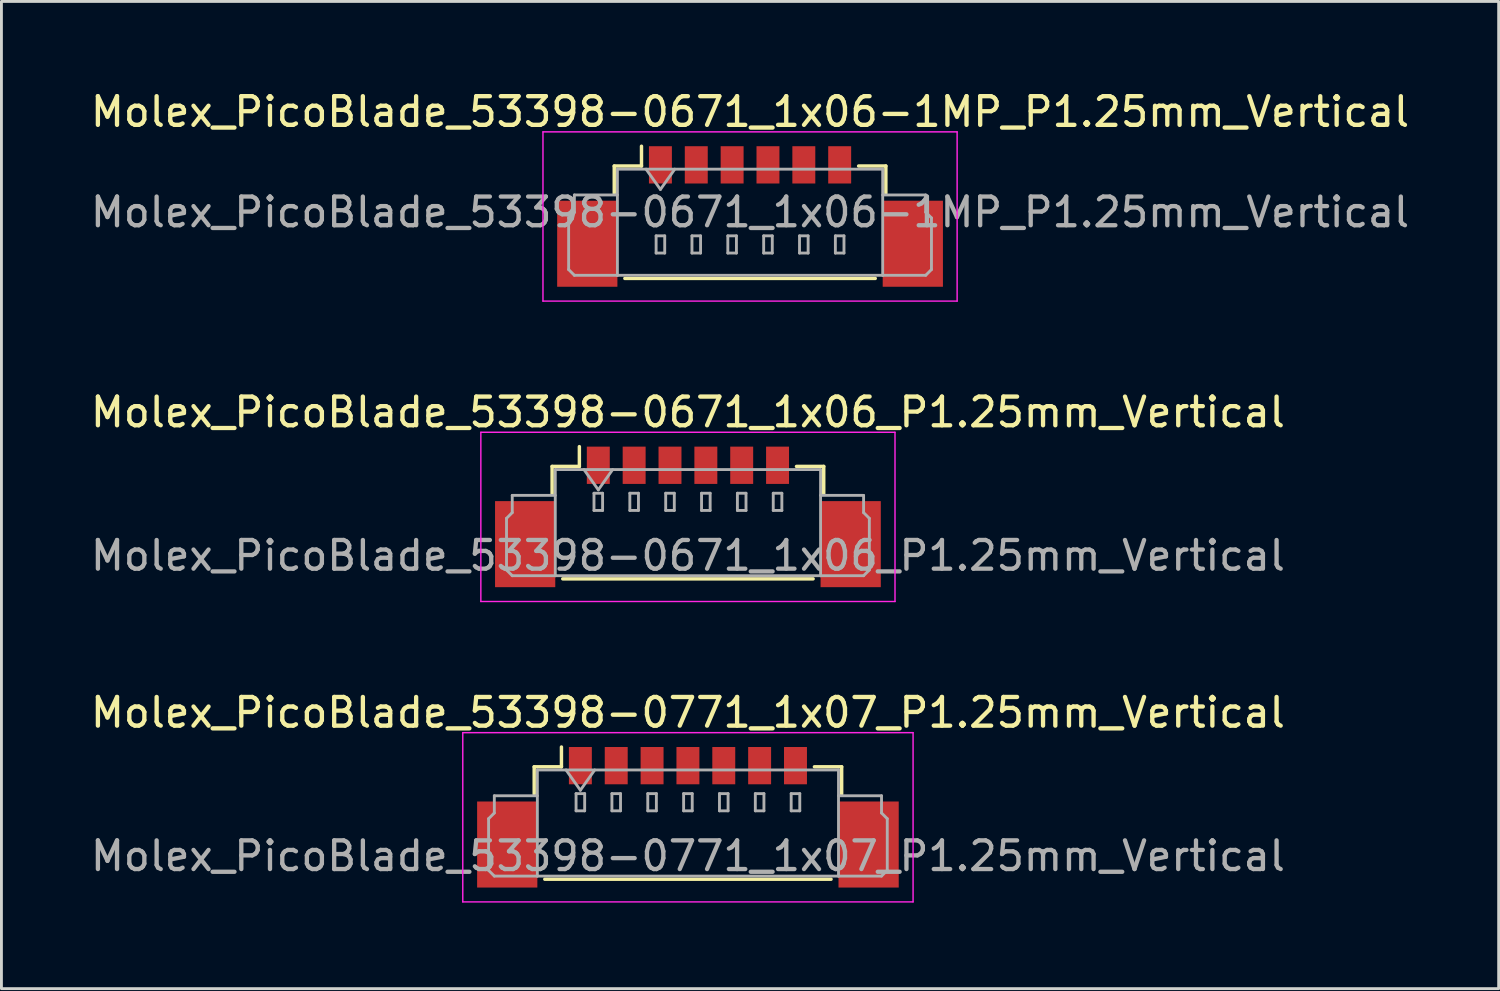
<source format=kicad_pcb>
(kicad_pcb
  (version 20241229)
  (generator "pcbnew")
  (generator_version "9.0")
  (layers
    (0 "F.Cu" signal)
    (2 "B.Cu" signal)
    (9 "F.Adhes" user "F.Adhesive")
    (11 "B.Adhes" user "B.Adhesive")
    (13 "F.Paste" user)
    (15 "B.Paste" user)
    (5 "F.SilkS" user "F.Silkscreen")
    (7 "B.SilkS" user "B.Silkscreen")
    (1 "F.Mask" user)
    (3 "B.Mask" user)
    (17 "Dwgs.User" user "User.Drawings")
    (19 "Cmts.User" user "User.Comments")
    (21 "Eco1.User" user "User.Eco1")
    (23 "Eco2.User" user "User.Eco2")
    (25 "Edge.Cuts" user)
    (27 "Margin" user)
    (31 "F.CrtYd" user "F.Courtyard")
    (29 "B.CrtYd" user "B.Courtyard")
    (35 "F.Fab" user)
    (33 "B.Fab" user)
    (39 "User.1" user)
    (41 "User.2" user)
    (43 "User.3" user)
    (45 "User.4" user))
  (footprint "Molex_PicoBlade_53398-0671_1x06_P1.25mm_Vertical"
    (layer "F.Cu")
    (at 20.935 14.972)
    (property "Reference" "Molex_PicoBlade_53398-0671_1x06_P1.25mm_Vertical" (at 0 -3.65 0) (layer "F.SilkS") (effects (font (size 1 1) (thickness 0.15))))
    (attr smd)
    (fp_line (start -4.735 -1.76) (end -3.785 -1.76) (stroke (width 0.12) (type solid)) (layer "F.SilkS"))
    (fp_line (start -4.735 -0.81) (end -4.735 -1.76) (stroke (width 0.12) (type solid)) (layer "F.SilkS"))
    (fp_line (start -4.365 2.16) (end 4.365 2.16) (stroke (width 0.12) (type solid)) (layer "F.SilkS"))
    (fp_line (start -3.785 -1.76) (end -3.785 -2.45) (stroke (width 0.12) (type solid)) (layer "F.SilkS"))
    (fp_line (start 4.735 -1.76) (end 3.785 -1.76) (stroke (width 0.12) (type solid)) (layer "F.SilkS"))
    (fp_line (start 4.735 -0.81) (end 4.735 -1.76) (stroke (width 0.12) (type solid)) (layer "F.SilkS"))
    (fp_line (start -7.22 -2.95) (end -7.22 2.95) (stroke (width 0.05) (type solid)) (layer "F.CrtYd"))
    (fp_line (start -7.22 2.95) (end 7.22 2.95) (stroke (width 0.05) (type solid)) (layer "F.CrtYd"))
    (fp_line (start 7.22 -2.95) (end -7.22 -2.95) (stroke (width 0.05) (type solid)) (layer "F.CrtYd"))
    (fp_line (start 7.22 2.95) (end 7.22 -2.95) (stroke (width 0.05) (type solid)) (layer "F.CrtYd"))
    (fp_line (start -6.325 0.05) (end -6.125 -0.15) (stroke (width 0.1) (type solid)) (layer "F.Fab"))
    (fp_line (start -6.325 1.85) (end -6.325 0.05) (stroke (width 0.1) (type solid)) (layer "F.Fab"))
    (fp_line (start -6.125 -0.75) (end -4.625 -0.75) (stroke (width 0.1) (type solid)) (layer "F.Fab"))
    (fp_line (start -6.125 -0.15) (end -6.125 -0.75) (stroke (width 0.1) (type solid)) (layer "F.Fab"))
    (fp_line (start -6.125 2.05) (end -6.325 1.85) (stroke (width 0.1) (type solid)) (layer "F.Fab"))
    (fp_line (start -4.625 -1.65) (end -4.625 2.05) (stroke (width 0.1) (type solid)) (layer "F.Fab"))
    (fp_line (start -4.625 -1.65) (end 4.625 -1.65) (stroke (width 0.1) (type solid)) (layer "F.Fab"))
    (fp_line (start -4.625 2.05) (end -6.125 2.05) (stroke (width 0.1) (type solid)) (layer "F.Fab"))
    (fp_line (start -4.625 2.05) (end 4.625 2.05) (stroke (width 0.1) (type solid)) (layer "F.Fab"))
    (fp_line (start -3.625 -1.65) (end -3.125 -0.943) (stroke (width 0.1) (type solid)) (layer "F.Fab"))
    (fp_line (start -3.275 -0.825) (end -3.275 -0.225) (stroke (width 0.1) (type solid)) (layer "F.Fab"))
    (fp_line (start -3.275 -0.225) (end -2.975 -0.225) (stroke (width 0.1) (type solid)) (layer "F.Fab"))
    (fp_line (start -3.125 -0.943) (end -2.625 -1.65) (stroke (width 0.1) (type solid)) (layer "F.Fab"))
    (fp_line (start -2.975 -0.825) (end -3.275 -0.825) (stroke (width 0.1) (type solid)) (layer "F.Fab"))
    (fp_line (start -2.975 -0.225) (end -2.975 -0.825) (stroke (width 0.1) (type solid)) (layer "F.Fab"))
    (fp_line (start -2.025 -0.825) (end -2.025 -0.225) (stroke (width 0.1) (type solid)) (layer "F.Fab"))
    (fp_line (start -2.025 -0.225) (end -1.725 -0.225) (stroke (width 0.1) (type solid)) (layer "F.Fab"))
    (fp_line (start -1.725 -0.825) (end -2.025 -0.825) (stroke (width 0.1) (type solid)) (layer "F.Fab"))
    (fp_line (start -1.725 -0.225) (end -1.725 -0.825) (stroke (width 0.1) (type solid)) (layer "F.Fab"))
    (fp_line (start -0.775 -0.825) (end -0.775 -0.225) (stroke (width 0.1) (type solid)) (layer "F.Fab"))
    (fp_line (start -0.775 -0.225) (end -0.475 -0.225) (stroke (width 0.1) (type solid)) (layer "F.Fab"))
    (fp_line (start -0.475 -0.825) (end -0.775 -0.825) (stroke (width 0.1) (type solid)) (layer "F.Fab"))
    (fp_line (start -0.475 -0.225) (end -0.475 -0.825) (stroke (width 0.1) (type solid)) (layer "F.Fab"))
    (fp_line (start 0.475 -0.825) (end 0.475 -0.225) (stroke (width 0.1) (type solid)) (layer "F.Fab"))
    (fp_line (start 0.475 -0.225) (end 0.775 -0.225) (stroke (width 0.1) (type solid)) (layer "F.Fab"))
    (fp_line (start 0.775 -0.825) (end 0.475 -0.825) (stroke (width 0.1) (type solid)) (layer "F.Fab"))
    (fp_line (start 0.775 -0.225) (end 0.775 -0.825) (stroke (width 0.1) (type solid)) (layer "F.Fab"))
    (fp_line (start 1.725 -0.825) (end 1.725 -0.225) (stroke (width 0.1) (type solid)) (layer "F.Fab"))
    (fp_line (start 1.725 -0.225) (end 2.025 -0.225) (stroke (width 0.1) (type solid)) (layer "F.Fab"))
    (fp_line (start 2.025 -0.825) (end 1.725 -0.825) (stroke (width 0.1) (type solid)) (layer "F.Fab"))
    (fp_line (start 2.025 -0.225) (end 2.025 -0.825) (stroke (width 0.1) (type solid)) (layer "F.Fab"))
    (fp_line (start 2.975 -0.825) (end 2.975 -0.225) (stroke (width 0.1) (type solid)) (layer "F.Fab"))
    (fp_line (start 2.975 -0.225) (end 3.275 -0.225) (stroke (width 0.1) (type solid)) (layer "F.Fab"))
    (fp_line (start 3.275 -0.825) (end 2.975 -0.825) (stroke (width 0.1) (type solid)) (layer "F.Fab"))
    (fp_line (start 3.275 -0.225) (end 3.275 -0.825) (stroke (width 0.1) (type solid)) (layer "F.Fab"))
    (fp_line (start 4.625 -1.65) (end 4.625 2.05) (stroke (width 0.1) (type solid)) (layer "F.Fab"))
    (fp_line (start 4.625 2.05) (end 6.125 2.05) (stroke (width 0.1) (type solid)) (layer "F.Fab"))
    (fp_line (start 6.125 -0.75) (end 4.625 -0.75) (stroke (width 0.1) (type solid)) (layer "F.Fab"))
    (fp_line (start 6.125 -0.15) (end 6.125 -0.75) (stroke (width 0.1) (type solid)) (layer "F.Fab"))
    (fp_line (start 6.125 2.05) (end 6.325 1.85) (stroke (width 0.1) (type solid)) (layer "F.Fab"))
    (fp_line (start 6.325 0.05) (end 6.125 -0.15) (stroke (width 0.1) (type solid)) (layer "F.Fab"))
    (fp_line (start 6.325 1.85) (end 6.325 0.05) (stroke (width 0.1) (type solid)) (layer "F.Fab"))
    (fp_text user "${REFERENCE}" (at 0 1.35 0) (layer "F.Fab") (effects (font (size 1 1) (thickness 0.15))))
    (pad "" smd rect (at -5.675 0.95) (size 2.1 3) (layers "F.Cu" "F.Mask" "F.Paste"))
    (pad "" smd rect (at 5.675 0.95) (size 2.1 3) (layers "F.Cu" "F.Mask" "F.Paste"))
    (pad "1" smd rect (at -3.125 -1.8) (size 0.8 1.3) (layers "F.Cu" "F.Mask" "F.Paste"))
    (pad "2" smd rect (at -1.875 -1.8) (size 0.8 1.3) (layers "F.Cu" "F.Mask" "F.Paste"))
    (pad "3" smd rect (at -0.625 -1.8) (size 0.8 1.3) (layers "F.Cu" "F.Mask" "F.Paste"))
    (pad "4" smd rect (at 0.625 -1.8) (size 0.8 1.3) (layers "F.Cu" "F.Mask" "F.Paste"))
    (pad "5" smd rect (at 1.875 -1.8) (size 0.8 1.3) (layers "F.Cu" "F.Mask" "F.Paste"))
    (pad "6" smd rect (at 3.125 -1.8) (size 0.8 1.3) (layers "F.Cu" "F.Mask" "F.Paste")))
  (footprint "Molex_PicoBlade_53398-0671_1x06-1MP_P1.25mm_Vertical"
    (layer "F.Cu")
    (at 23.101 3.948)
    (property "Reference" "Molex_PicoBlade_53398-0671_1x06-1MP_P1.25mm_Vertical" (at 0 -3.1 0) (layer "F.SilkS") (effects (font (size 1 1) (thickness 0.15))))
    (attr smd)
    (fp_line (start -4.735 -1.21) (end -3.785 -1.21) (stroke (width 0.12) (type solid)) (layer "F.SilkS"))
    (fp_line (start -4.735 -0.26) (end -4.735 -1.21) (stroke (width 0.12) (type solid)) (layer "F.SilkS"))
    (fp_line (start -4.365 2.71) (end 4.365 2.71) (stroke (width 0.12) (type solid)) (layer "F.SilkS"))
    (fp_line (start -3.785 -1.21) (end -3.785 -1.9) (stroke (width 0.12) (type solid)) (layer "F.SilkS"))
    (fp_line (start 4.735 -1.21) (end 3.785 -1.21) (stroke (width 0.12) (type solid)) (layer "F.SilkS"))
    (fp_line (start 4.735 -0.26) (end 4.735 -1.21) (stroke (width 0.12) (type solid)) (layer "F.SilkS"))
    (fp_line (start -7.22 -2.4) (end -7.22 3.5) (stroke (width 0.05) (type solid)) (layer "F.CrtYd"))
    (fp_line (start -7.22 3.5) (end 7.22 3.5) (stroke (width 0.05) (type solid)) (layer "F.CrtYd"))
    (fp_line (start 7.22 -2.4) (end -7.22 -2.4) (stroke (width 0.05) (type solid)) (layer "F.CrtYd"))
    (fp_line (start 7.22 3.5) (end 7.22 -2.4) (stroke (width 0.05) (type solid)) (layer "F.CrtYd"))
    (fp_line (start -6.325 0.6) (end -6.125 0.4) (stroke (width 0.1) (type solid)) (layer "F.Fab"))
    (fp_line (start -6.325 2.4) (end -6.325 0.6) (stroke (width 0.1) (type solid)) (layer "F.Fab"))
    (fp_line (start -6.125 -0.2) (end -4.625 -0.2) (stroke (width 0.1) (type solid)) (layer "F.Fab"))
    (fp_line (start -6.125 0.4) (end -6.125 -0.2) (stroke (width 0.1) (type solid)) (layer "F.Fab"))
    (fp_line (start -6.125 2.6) (end -6.325 2.4) (stroke (width 0.1) (type solid)) (layer "F.Fab"))
    (fp_line (start -4.625 -1.1) (end -4.625 2.6) (stroke (width 0.1) (type solid)) (layer "F.Fab"))
    (fp_line (start -4.625 -1.1) (end 4.625 -1.1) (stroke (width 0.1) (type solid)) (layer "F.Fab"))
    (fp_line (start -4.625 2.6) (end -6.125 2.6) (stroke (width 0.1) (type solid)) (layer "F.Fab"))
    (fp_line (start -4.625 2.6) (end 4.625 2.6) (stroke (width 0.1) (type solid)) (layer "F.Fab"))
    (fp_line (start -3.625 -1.1) (end -3.125 -0.393) (stroke (width 0.1) (type solid)) (layer "F.Fab"))
    (fp_line (start -3.275 1.225) (end -3.275 1.825) (stroke (width 0.1) (type solid)) (layer "F.Fab"))
    (fp_line (start -3.275 1.825) (end -2.975 1.825) (stroke (width 0.1) (type solid)) (layer "F.Fab"))
    (fp_line (start -3.125 -0.393) (end -2.625 -1.1) (stroke (width 0.1) (type solid)) (layer "F.Fab"))
    (fp_line (start -2.975 1.225) (end -3.275 1.225) (stroke (width 0.1) (type solid)) (layer "F.Fab"))
    (fp_line (start -2.975 1.825) (end -2.975 1.225) (stroke (width 0.1) (type solid)) (layer "F.Fab"))
    (fp_line (start -2.025 1.225) (end -2.025 1.825) (stroke (width 0.1) (type solid)) (layer "F.Fab"))
    (fp_line (start -2.025 1.825) (end -1.725 1.825) (stroke (width 0.1) (type solid)) (layer "F.Fab"))
    (fp_line (start -1.725 1.225) (end -2.025 1.225) (stroke (width 0.1) (type solid)) (layer "F.Fab"))
    (fp_line (start -1.725 1.825) (end -1.725 1.225) (stroke (width 0.1) (type solid)) (layer "F.Fab"))
    (fp_line (start -0.775 1.225) (end -0.775 1.825) (stroke (width 0.1) (type solid)) (layer "F.Fab"))
    (fp_line (start -0.775 1.825) (end -0.475 1.825) (stroke (width 0.1) (type solid)) (layer "F.Fab"))
    (fp_line (start -0.475 1.225) (end -0.775 1.225) (stroke (width 0.1) (type solid)) (layer "F.Fab"))
    (fp_line (start -0.475 1.825) (end -0.475 1.225) (stroke (width 0.1) (type solid)) (layer "F.Fab"))
    (fp_line (start 0.475 1.225) (end 0.475 1.825) (stroke (width 0.1) (type solid)) (layer "F.Fab"))
    (fp_line (start 0.475 1.825) (end 0.775 1.825) (stroke (width 0.1) (type solid)) (layer "F.Fab"))
    (fp_line (start 0.775 1.225) (end 0.475 1.225) (stroke (width 0.1) (type solid)) (layer "F.Fab"))
    (fp_line (start 0.775 1.825) (end 0.775 1.225) (stroke (width 0.1) (type solid)) (layer "F.Fab"))
    (fp_line (start 1.725 1.225) (end 1.725 1.825) (stroke (width 0.1) (type solid)) (layer "F.Fab"))
    (fp_line (start 1.725 1.825) (end 2.025 1.825) (stroke (width 0.1) (type solid)) (layer "F.Fab"))
    (fp_line (start 2.025 1.225) (end 1.725 1.225) (stroke (width 0.1) (type solid)) (layer "F.Fab"))
    (fp_line (start 2.025 1.825) (end 2.025 1.225) (stroke (width 0.1) (type solid)) (layer "F.Fab"))
    (fp_line (start 2.975 1.225) (end 2.975 1.825) (stroke (width 0.1) (type solid)) (layer "F.Fab"))
    (fp_line (start 2.975 1.825) (end 3.275 1.825) (stroke (width 0.1) (type solid)) (layer "F.Fab"))
    (fp_line (start 3.275 1.225) (end 2.975 1.225) (stroke (width 0.1) (type solid)) (layer "F.Fab"))
    (fp_line (start 3.275 1.825) (end 3.275 1.225) (stroke (width 0.1) (type solid)) (layer "F.Fab"))
    (fp_line (start 4.625 -1.1) (end 4.625 2.6) (stroke (width 0.1) (type solid)) (layer "F.Fab"))
    (fp_line (start 4.625 2.6) (end 6.125 2.6) (stroke (width 0.1) (type solid)) (layer "F.Fab"))
    (fp_line (start 6.125 -0.2) (end 4.625 -0.2) (stroke (width 0.1) (type solid)) (layer "F.Fab"))
    (fp_line (start 6.125 0.4) (end 6.125 -0.2) (stroke (width 0.1) (type solid)) (layer "F.Fab"))
    (fp_line (start 6.125 2.6) (end 6.325 2.4) (stroke (width 0.1) (type solid)) (layer "F.Fab"))
    (fp_line (start 6.325 0.6) (end 6.125 0.4) (stroke (width 0.1) (type solid)) (layer "F.Fab"))
    (fp_line (start 6.325 2.4) (end 6.325 0.6) (stroke (width 0.1) (type solid)) (layer "F.Fab"))
    (fp_text user "${REFERENCE}" (at 0 0.4 0) (layer "F.Fab") (effects (font (size 1 1) (thickness 0.15))))
    (pad "1" smd rect (at -3.125 -1.25) (size 0.8 1.3) (layers "F.Cu" "F.Mask" "F.Paste"))
    (pad "2" smd rect (at -1.875 -1.25) (size 0.8 1.3) (layers "F.Cu" "F.Mask" "F.Paste"))
    (pad "3" smd rect (at -0.625 -1.25) (size 0.8 1.3) (layers "F.Cu" "F.Mask" "F.Paste"))
    (pad "4" smd rect (at 0.625 -1.25) (size 0.8 1.3) (layers "F.Cu" "F.Mask" "F.Paste"))
    (pad "5" smd rect (at 1.875 -1.25) (size 0.8 1.3) (layers "F.Cu" "F.Mask" "F.Paste"))
    (pad "6" smd rect (at 3.125 -1.25) (size 0.8 1.3) (layers "F.Cu" "F.Mask" "F.Paste"))
    (pad "MP" smd rect (at -5.675 1.5) (size 2.1 3) (layers "F.Cu" "F.Mask" "F.Paste"))
    (pad "MP" smd rect (at 5.675 1.5) (size 2.1 3) (layers "F.Cu" "F.Mask" "F.Paste")))
  (footprint "Molex_PicoBlade_53398-0771_1x07_P1.25mm_Vertical"
    (layer "F.Cu")
    (at 20.935 25.445)
    (property "Reference" "Molex_PicoBlade_53398-0771_1x07_P1.25mm_Vertical" (at 0 -3.65 0) (layer "F.SilkS") (effects (font (size 1 1) (thickness 0.15))))
    (attr smd)
    (fp_line (start -5.36 -1.76) (end -4.41 -1.76) (stroke (width 0.12) (type solid)) (layer "F.SilkS"))
    (fp_line (start -5.36 -0.81) (end -5.36 -1.76) (stroke (width 0.12) (type solid)) (layer "F.SilkS"))
    (fp_line (start -4.99 2.16) (end 4.99 2.16) (stroke (width 0.12) (type solid)) (layer "F.SilkS"))
    (fp_line (start -4.41 -1.76) (end -4.41 -2.45) (stroke (width 0.12) (type solid)) (layer "F.SilkS"))
    (fp_line (start 5.36 -1.76) (end 4.41 -1.76) (stroke (width 0.12) (type solid)) (layer "F.SilkS"))
    (fp_line (start 5.36 -0.81) (end 5.36 -1.76) (stroke (width 0.12) (type solid)) (layer "F.SilkS"))
    (fp_line (start -7.85 -2.95) (end -7.85 2.95) (stroke (width 0.05) (type solid)) (layer "F.CrtYd"))
    (fp_line (start -7.85 2.95) (end 7.85 2.95) (stroke (width 0.05) (type solid)) (layer "F.CrtYd"))
    (fp_line (start 7.85 -2.95) (end -7.85 -2.95) (stroke (width 0.05) (type solid)) (layer "F.CrtYd"))
    (fp_line (start 7.85 2.95) (end 7.85 -2.95) (stroke (width 0.05) (type solid)) (layer "F.CrtYd"))
    (fp_line (start -6.95 0.05) (end -6.75 -0.15) (stroke (width 0.1) (type solid)) (layer "F.Fab"))
    (fp_line (start -6.95 1.85) (end -6.95 0.05) (stroke (width 0.1) (type solid)) (layer "F.Fab"))
    (fp_line (start -6.75 -0.75) (end -5.25 -0.75) (stroke (width 0.1) (type solid)) (layer "F.Fab"))
    (fp_line (start -6.75 -0.15) (end -6.75 -0.75) (stroke (width 0.1) (type solid)) (layer "F.Fab"))
    (fp_line (start -6.75 2.05) (end -6.95 1.85) (stroke (width 0.1) (type solid)) (layer "F.Fab"))
    (fp_line (start -5.25 -1.65) (end -5.25 2.05) (stroke (width 0.1) (type solid)) (layer "F.Fab"))
    (fp_line (start -5.25 -1.65) (end 5.25 -1.65) (stroke (width 0.1) (type solid)) (layer "F.Fab"))
    (fp_line (start -5.25 2.05) (end -6.75 2.05) (stroke (width 0.1) (type solid)) (layer "F.Fab"))
    (fp_line (start -5.25 2.05) (end 5.25 2.05) (stroke (width 0.1) (type solid)) (layer "F.Fab"))
    (fp_line (start -4.25 -1.65) (end -3.75 -0.943) (stroke (width 0.1) (type solid)) (layer "F.Fab"))
    (fp_line (start -3.9 -0.825) (end -3.9 -0.225) (stroke (width 0.1) (type solid)) (layer "F.Fab"))
    (fp_line (start -3.9 -0.225) (end -3.6 -0.225) (stroke (width 0.1) (type solid)) (layer "F.Fab"))
    (fp_line (start -3.75 -0.943) (end -3.25 -1.65) (stroke (width 0.1) (type solid)) (layer "F.Fab"))
    (fp_line (start -3.6 -0.825) (end -3.9 -0.825) (stroke (width 0.1) (type solid)) (layer "F.Fab"))
    (fp_line (start -3.6 -0.225) (end -3.6 -0.825) (stroke (width 0.1) (type solid)) (layer "F.Fab"))
    (fp_line (start -2.65 -0.825) (end -2.65 -0.225) (stroke (width 0.1) (type solid)) (layer "F.Fab"))
    (fp_line (start -2.65 -0.225) (end -2.35 -0.225) (stroke (width 0.1) (type solid)) (layer "F.Fab"))
    (fp_line (start -2.35 -0.825) (end -2.65 -0.825) (stroke (width 0.1) (type solid)) (layer "F.Fab"))
    (fp_line (start -2.35 -0.225) (end -2.35 -0.825) (stroke (width 0.1) (type solid)) (layer "F.Fab"))
    (fp_line (start -1.4 -0.825) (end -1.4 -0.225) (stroke (width 0.1) (type solid)) (layer "F.Fab"))
    (fp_line (start -1.4 -0.225) (end -1.1 -0.225) (stroke (width 0.1) (type solid)) (layer "F.Fab"))
    (fp_line (start -1.1 -0.825) (end -1.4 -0.825) (stroke (width 0.1) (type solid)) (layer "F.Fab"))
    (fp_line (start -1.1 -0.225) (end -1.1 -0.825) (stroke (width 0.1) (type solid)) (layer "F.Fab"))
    (fp_line (start -0.15 -0.825) (end -0.15 -0.225) (stroke (width 0.1) (type solid)) (layer "F.Fab"))
    (fp_line (start -0.15 -0.225) (end 0.15 -0.225) (stroke (width 0.1) (type solid)) (layer "F.Fab"))
    (fp_line (start 0.15 -0.825) (end -0.15 -0.825) (stroke (width 0.1) (type solid)) (layer "F.Fab"))
    (fp_line (start 0.15 -0.225) (end 0.15 -0.825) (stroke (width 0.1) (type solid)) (layer "F.Fab"))
    (fp_line (start 1.1 -0.825) (end 1.1 -0.225) (stroke (width 0.1) (type solid)) (layer "F.Fab"))
    (fp_line (start 1.1 -0.225) (end 1.4 -0.225) (stroke (width 0.1) (type solid)) (layer "F.Fab"))
    (fp_line (start 1.4 -0.825) (end 1.1 -0.825) (stroke (width 0.1) (type solid)) (layer "F.Fab"))
    (fp_line (start 1.4 -0.225) (end 1.4 -0.825) (stroke (width 0.1) (type solid)) (layer "F.Fab"))
    (fp_line (start 2.35 -0.825) (end 2.35 -0.225) (stroke (width 0.1) (type solid)) (layer "F.Fab"))
    (fp_line (start 2.35 -0.225) (end 2.65 -0.225) (stroke (width 0.1) (type solid)) (layer "F.Fab"))
    (fp_line (start 2.65 -0.825) (end 2.35 -0.825) (stroke (width 0.1) (type solid)) (layer "F.Fab"))
    (fp_line (start 2.65 -0.225) (end 2.65 -0.825) (stroke (width 0.1) (type solid)) (layer "F.Fab"))
    (fp_line (start 3.6 -0.825) (end 3.6 -0.225) (stroke (width 0.1) (type solid)) (layer "F.Fab"))
    (fp_line (start 3.6 -0.225) (end 3.9 -0.225) (stroke (width 0.1) (type solid)) (layer "F.Fab"))
    (fp_line (start 3.9 -0.825) (end 3.6 -0.825) (stroke (width 0.1) (type solid)) (layer "F.Fab"))
    (fp_line (start 3.9 -0.225) (end 3.9 -0.825) (stroke (width 0.1) (type solid)) (layer "F.Fab"))
    (fp_line (start 5.25 -1.65) (end 5.25 2.05) (stroke (width 0.1) (type solid)) (layer "F.Fab"))
    (fp_line (start 5.25 2.05) (end 6.75 2.05) (stroke (width 0.1) (type solid)) (layer "F.Fab"))
    (fp_line (start 6.75 -0.75) (end 5.25 -0.75) (stroke (width 0.1) (type solid)) (layer "F.Fab"))
    (fp_line (start 6.75 -0.15) (end 6.75 -0.75) (stroke (width 0.1) (type solid)) (layer "F.Fab"))
    (fp_line (start 6.75 2.05) (end 6.95 1.85) (stroke (width 0.1) (type solid)) (layer "F.Fab"))
    (fp_line (start 6.95 0.05) (end 6.75 -0.15) (stroke (width 0.1) (type solid)) (layer "F.Fab"))
    (fp_line (start 6.95 1.85) (end 6.95 0.05) (stroke (width 0.1) (type solid)) (layer "F.Fab"))
    (fp_text user "${REFERENCE}" (at 0 1.35 0) (layer "F.Fab") (effects (font (size 1 1) (thickness 0.15))))
    (pad "" smd rect (at -6.3 0.95) (size 2.1 3) (layers "F.Cu" "F.Mask" "F.Paste"))
    (pad "" smd rect (at 6.3 0.95) (size 2.1 3) (layers "F.Cu" "F.Mask" "F.Paste"))
    (pad "1" smd rect (at -3.75 -1.8) (size 0.8 1.3) (layers "F.Cu" "F.Mask" "F.Paste"))
    (pad "2" smd rect (at -2.5 -1.8) (size 0.8 1.3) (layers "F.Cu" "F.Mask" "F.Paste"))
    (pad "3" smd rect (at -1.25 -1.8) (size 0.8 1.3) (layers "F.Cu" "F.Mask" "F.Paste"))
    (pad "4" smd rect (at 0 -1.8) (size 0.8 1.3) (layers "F.Cu" "F.Mask" "F.Paste"))
    (pad "5" smd rect (at 1.25 -1.8) (size 0.8 1.3) (layers "F.Cu" "F.Mask" "F.Paste"))
    (pad "6" smd rect (at 2.5 -1.8) (size 0.8 1.3) (layers "F.Cu" "F.Mask" "F.Paste"))
    (pad "7" smd rect (at 3.75 -1.8) (size 0.8 1.3) (layers "F.Cu" "F.Mask" "F.Paste")))
  (gr_rect
    (start -3 -3)
    (end 49.202 31.42)
    (stroke (width 0.1) (type default))
    (fill no)
    (layer "Edge.Cuts")))
</source>
